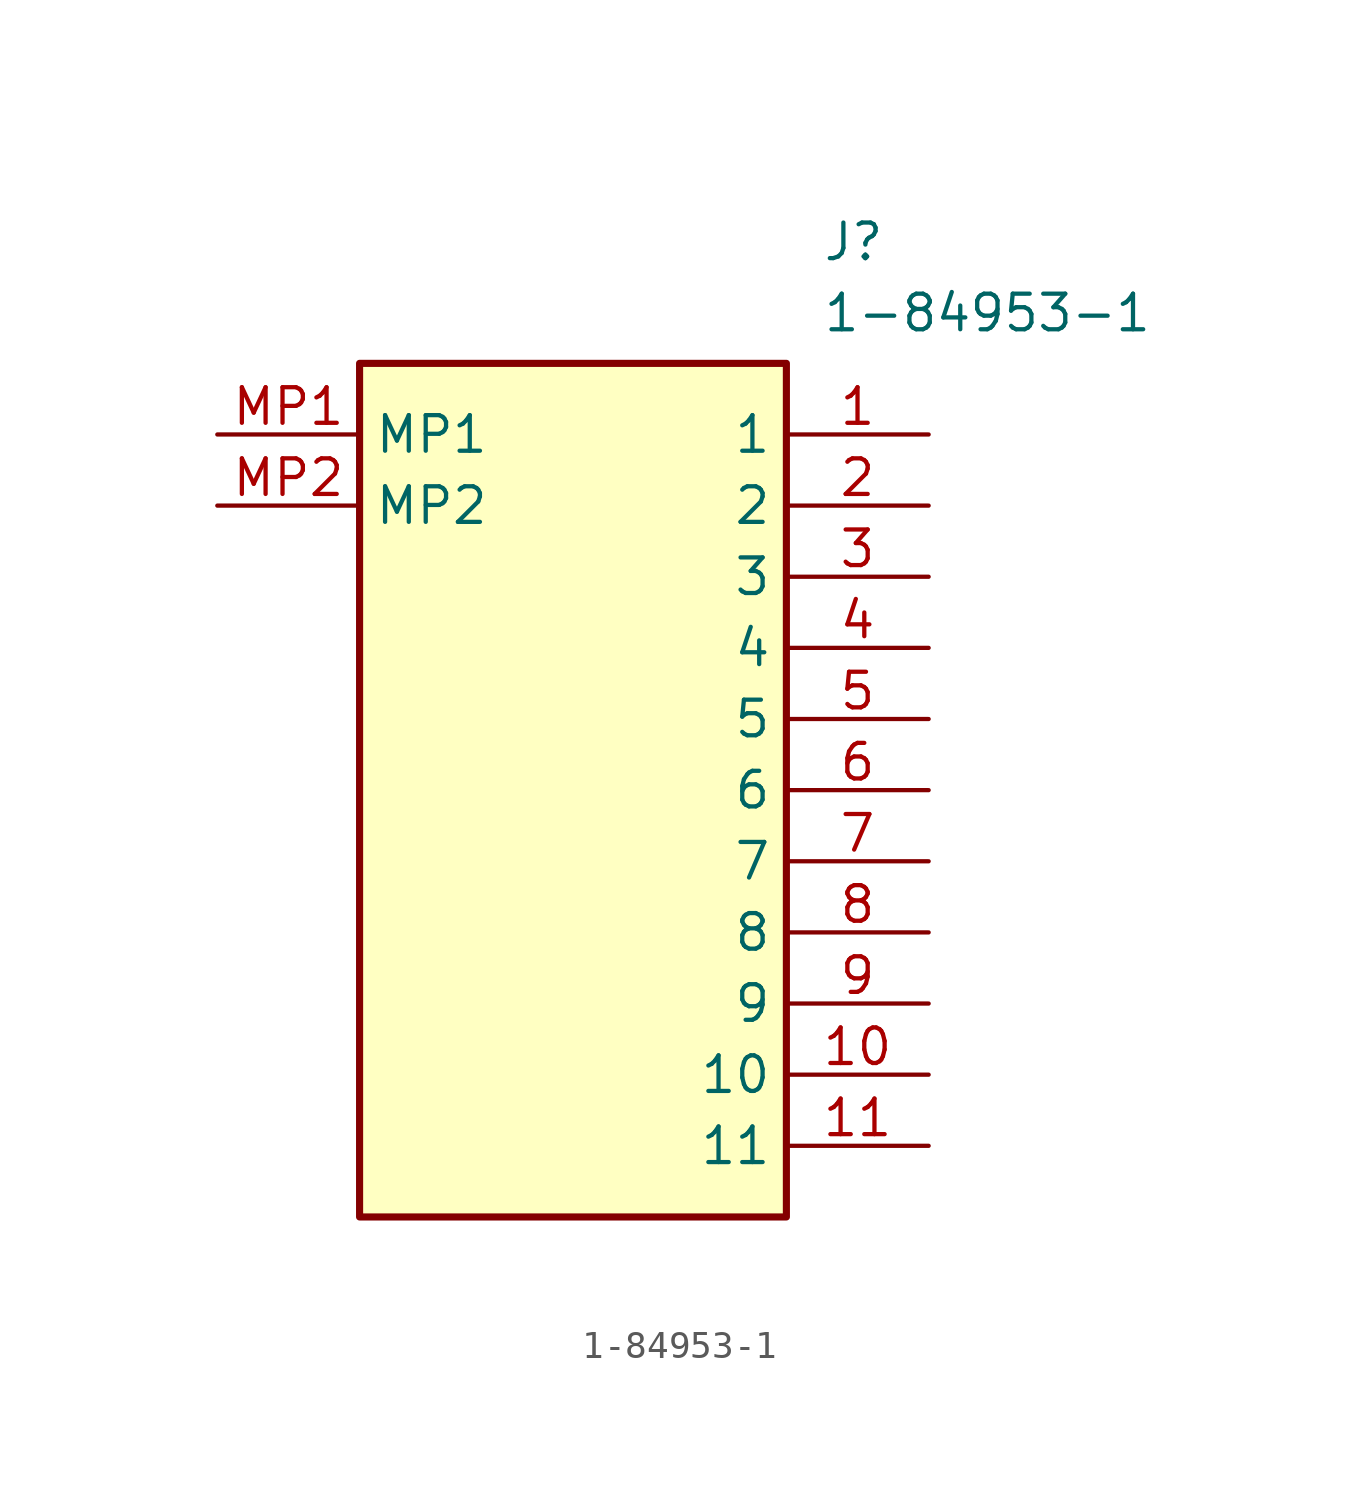
<source format=kicad_sym>
(kicad_symbol_lib
  (version 20211014)
  (generator SamacSys_ECAD_Model)
  (symbol "1-84953-1"
    (property "Reference" "J"
      (at 21.59 7.62 0)
      (effects (font (size 1.27 1.27)) (justify left top)))
    (property "Value" "1-84953-1"
      (at 21.59 5.08 0)
      (effects (font (size 1.27 1.27)) (justify left top)))
    (rectangle
      (start 5.08 2.54)
      (end 20.32 -27.94)
      (stroke (width 0.254) (type default))
      (fill (type background)))
    (pin passive line
      (at 25.4 0 180)
      (length 5.08)
      (name "1" (effects (font (size 1.27 1.27))))
      (number "1" (effects (font (size 1.27 1.27)))))
    (pin passive line
      (at 25.4 -2.54 180)
      (length 5.08)
      (name "2" (effects (font (size 1.27 1.27))))
      (number "2" (effects (font (size 1.27 1.27)))))
    (pin passive line
      (at 25.4 -5.08 180)
      (length 5.08)
      (name "3" (effects (font (size 1.27 1.27))))
      (number "3" (effects (font (size 1.27 1.27)))))
    (pin passive line
      (at 25.4 -7.62 180)
      (length 5.08)
      (name "4" (effects (font (size 1.27 1.27))))
      (number "4" (effects (font (size 1.27 1.27)))))
    (pin passive line
      (at 25.4 -10.16 180)
      (length 5.08)
      (name "5" (effects (font (size 1.27 1.27))))
      (number "5" (effects (font (size 1.27 1.27)))))
    (pin passive line
      (at 25.4 -12.7 180)
      (length 5.08)
      (name "6" (effects (font (size 1.27 1.27))))
      (number "6" (effects (font (size 1.27 1.27)))))
    (pin passive line
      (at 25.4 -15.24 180)
      (length 5.08)
      (name "7" (effects (font (size 1.27 1.27))))
      (number "7" (effects (font (size 1.27 1.27)))))
    (pin passive line
      (at 25.4 -17.78 180)
      (length 5.08)
      (name "8" (effects (font (size 1.27 1.27))))
      (number "8" (effects (font (size 1.27 1.27)))))
    (pin passive line
      (at 25.4 -20.32 180)
      (length 5.08)
      (name "9" (effects (font (size 1.27 1.27))))
      (number "9" (effects (font (size 1.27 1.27)))))
    (pin passive line
      (at 25.4 -22.86 180)
      (length 5.08)
      (name "10" (effects (font (size 1.27 1.27))))
      (number "10" (effects (font (size 1.27 1.27)))))
    (pin passive line
      (at 25.4 -25.4 180)
      (length 5.08)
      (name "11" (effects (font (size 1.27 1.27))))
      (number "11" (effects (font (size 1.27 1.27)))))
    (pin passive line
      (at 0 0 0)
      (length 5.08)
      (name "MP1" (effects (font (size 1.27 1.27))))
      (number "MP1" (effects (font (size 1.27 1.27)))))
    (pin passive line
      (at 0 -2.54 0)
      (length 5.08)
      (name "MP2" (effects (font (size 1.27 1.27))))
      (number "MP2" (effects (font (size 1.27 1.27)))))))
</source>
